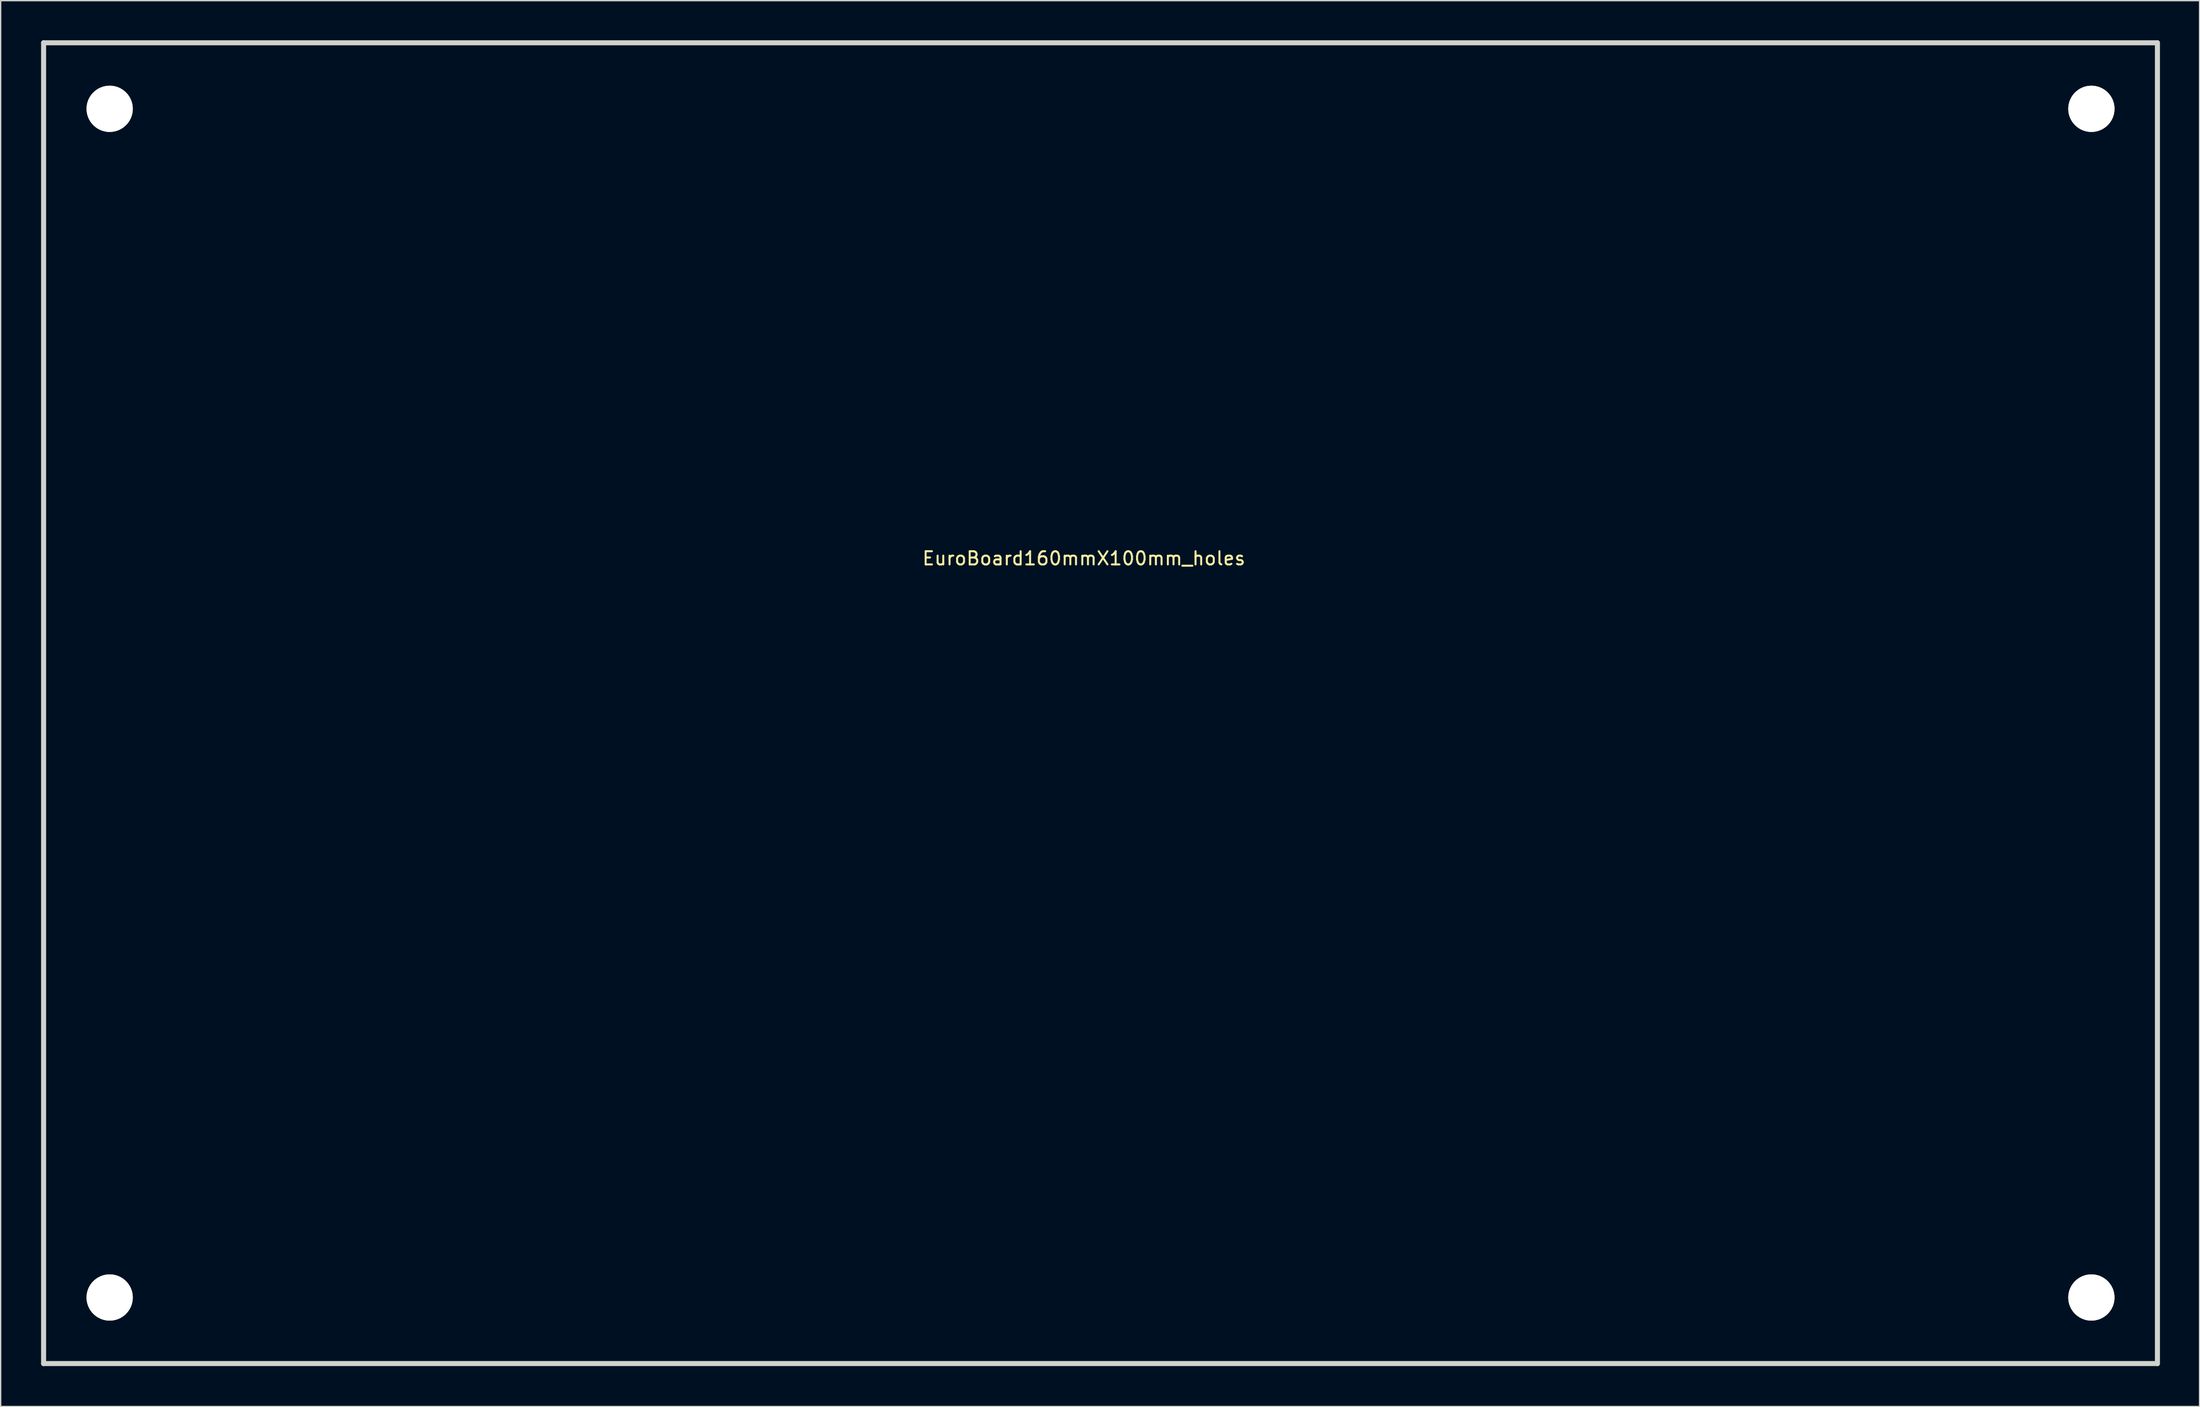
<source format=kicad_pcb>
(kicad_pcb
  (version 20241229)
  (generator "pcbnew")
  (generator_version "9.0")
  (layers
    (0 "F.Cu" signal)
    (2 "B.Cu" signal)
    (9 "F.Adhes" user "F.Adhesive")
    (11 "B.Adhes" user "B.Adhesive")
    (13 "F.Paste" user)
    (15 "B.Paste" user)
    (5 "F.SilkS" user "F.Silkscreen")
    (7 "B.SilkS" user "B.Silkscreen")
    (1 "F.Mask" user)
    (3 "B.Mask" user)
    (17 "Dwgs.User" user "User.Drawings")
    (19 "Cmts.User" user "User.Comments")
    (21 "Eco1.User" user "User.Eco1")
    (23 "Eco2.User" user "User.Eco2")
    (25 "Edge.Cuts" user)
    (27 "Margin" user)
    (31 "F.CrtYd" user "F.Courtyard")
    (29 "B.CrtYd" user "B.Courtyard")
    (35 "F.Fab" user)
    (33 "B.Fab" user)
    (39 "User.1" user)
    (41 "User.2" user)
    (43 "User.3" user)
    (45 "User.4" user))
  (footprint "EuroBoard160mmX100mm_holes"
    (layer "F.Cu")
    (at 0.25 100.19)
    (property "Reference" "EuroBoard160mmX100mm_holes" (at 78.74 -60.96 0) (layer "F.SilkS") (effects (font (size 1 1) (thickness 0.15))))
    (attr through_hole)
    (fp_line (start 0 -100) (end 0 0) (stroke (width 0.381) (type solid)) (layer "Edge.Cuts"))
    (fp_line (start 0 -100) (end 160 -100) (stroke (width 0.381) (type solid)) (layer "Edge.Cuts"))
    (fp_line (start 0 0) (end 160 0) (stroke (width 0.381) (type solid)) (layer "Edge.Cuts"))
    (fp_line (start 160 0) (end 160 -100) (stroke (width 0.381) (type solid)) (layer "Edge.Cuts"))
    (pad "" np_thru_hole circle (at 5.001 -95.001) (size 3.5 3.5) (drill 3.5) (layers "*.Cu" "*.Mask" "F.SilkS"))
    (pad "" np_thru_hole circle (at 5.001 -5.001) (size 3.5 3.5) (drill 3.5) (layers "*.Cu" "*.Mask" "F.SilkS"))
    (pad "" np_thru_hole circle (at 155.001 -95.001) (size 3.5 3.5) (drill 3.5) (layers "*.Cu" "*.Mask" "F.SilkS"))
    (pad "" np_thru_hole circle (at 155.001 -5.001) (size 3.5 3.5) (drill 3.5) (layers "*.Cu" "*.Mask" "F.SilkS")))
  (gr_rect
    (start -3 -3)
    (end 163.44 103.44)
    (stroke (width 0.1) (type default))
    (fill no)
    (layer "Edge.Cuts")))
</source>
